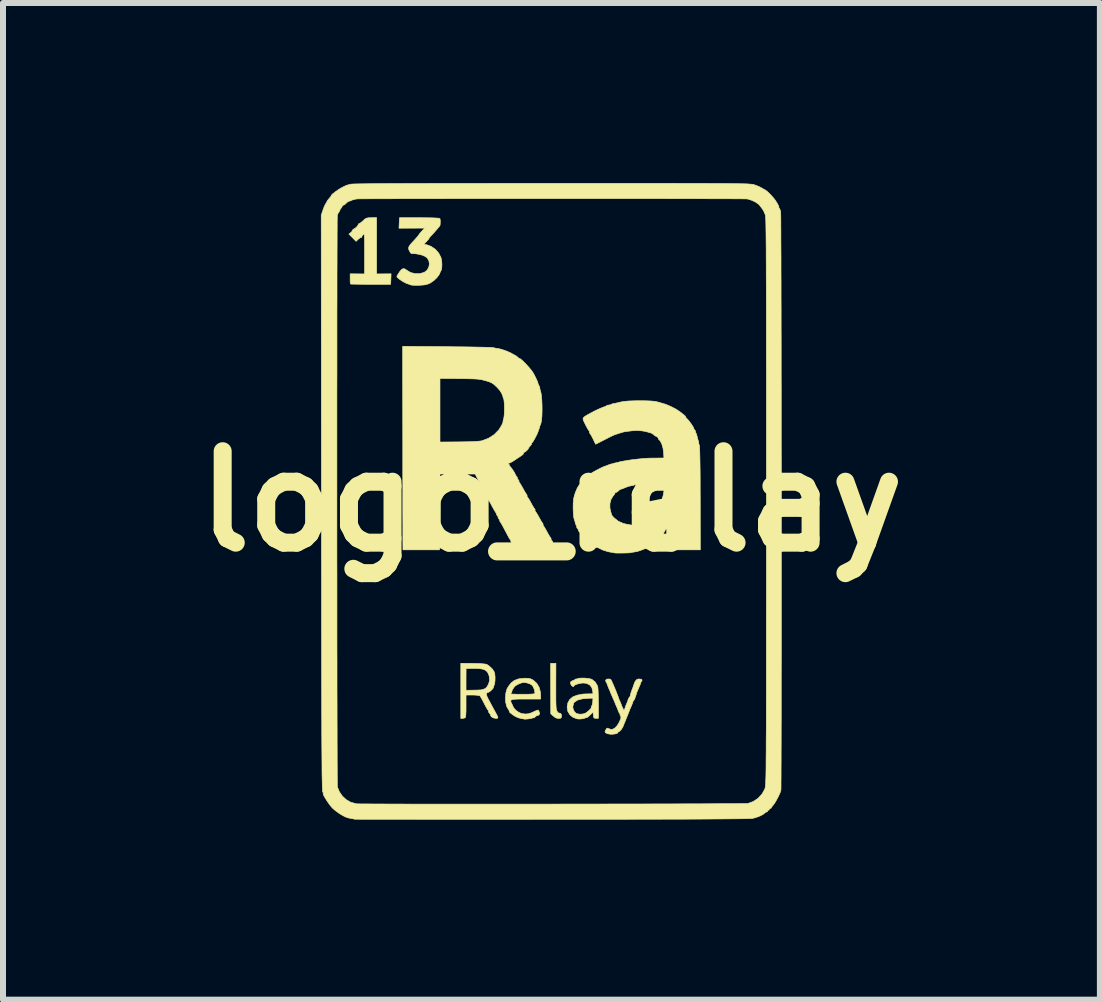
<source format=kicad_pcb>
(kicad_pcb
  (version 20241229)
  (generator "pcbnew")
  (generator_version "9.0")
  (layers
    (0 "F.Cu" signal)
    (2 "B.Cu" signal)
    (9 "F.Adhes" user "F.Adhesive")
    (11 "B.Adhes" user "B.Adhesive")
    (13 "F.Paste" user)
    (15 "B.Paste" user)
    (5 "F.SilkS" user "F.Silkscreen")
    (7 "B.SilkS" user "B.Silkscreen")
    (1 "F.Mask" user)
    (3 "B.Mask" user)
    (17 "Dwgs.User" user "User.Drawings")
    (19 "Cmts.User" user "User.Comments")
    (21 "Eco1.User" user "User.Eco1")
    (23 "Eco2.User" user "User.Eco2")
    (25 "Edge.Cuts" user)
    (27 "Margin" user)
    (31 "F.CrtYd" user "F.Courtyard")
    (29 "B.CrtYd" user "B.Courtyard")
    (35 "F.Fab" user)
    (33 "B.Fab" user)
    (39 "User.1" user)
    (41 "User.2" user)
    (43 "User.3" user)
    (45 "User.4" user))
  (footprint "logo_relay"
    (layer "F.Cu")
    (at 6.14 5.304)
    (property "Reference" "logo_relay" (at 0 0 0) (layer "F.SilkS") (effects (font (size 1.524 1.524) (thickness 0.3))))
    (attr through_hole)
    (fp_poly (pts (xy 0.073 3.085) (xy 0.073 3.2) (xy 0.073 3.291) (xy 0.074 3.361) (xy 0.076 3.412) (xy 0.079 3.449) (xy 0.083 3.473) (xy 0.088 3.488) (xy 0.091 3.493) (xy 0.102 3.511) (xy 0.099 3.517) (xy 0.102 3.521) (xy 0.124 3.527) (xy 0.127 3.528) (xy 0.156 3.538) (xy 0.166 3.559) (xy 0.167 3.576) (xy 0.163 3.605) (xy 0.147 3.616) (xy 0.134 3.617) (xy 0.099 3.616) (xy 0.08 3.612) (xy 0.057 3.599) (xy 0.028 3.576) (xy 0.024 3.573) (xy -0.012 3.539) (xy -0.013 3.12) (xy -0.014 2.7) (xy 0.074 2.7) (xy 0.073 3.085)) (stroke (width 0.01) (type solid)) (fill yes) (layer "F.SilkS"))
    (fp_poly (pts (xy -2.914 -3.789) (xy -2.793 -3.79) (xy -2.673 -3.791) (xy -2.676 -3.704) (xy -2.68 -3.616) (xy -3.012 -3.616) (xy -3.104 -3.616) (xy -3.186 -3.617) (xy -3.255 -3.618) (xy -3.308 -3.619) (xy -3.341 -3.62) (xy -3.35 -3.622) (xy -3.353 -3.637) (xy -3.355 -3.671) (xy -3.355 -3.709) (xy -3.355 -3.791) (xy -3.235 -3.79) (xy -3.115 -3.789) (xy -3.115 -4.129) (xy -3.115 -4.233) (xy -3.115 -4.313) (xy -3.116 -4.372) (xy -3.118 -4.413) (xy -3.12 -4.438) (xy -3.124 -4.45) (xy -3.129 -4.453) (xy -3.135 -4.448) (xy -3.14 -4.444) (xy -3.156 -4.422) (xy -3.159 -4.408) (xy -3.164 -4.399) (xy -3.17 -4.398) (xy -3.19 -4.39) (xy -3.218 -4.369) (xy -3.222 -4.365) (xy -3.256 -4.332) (xy -3.316 -4.393) (xy -3.376 -4.453) (xy -3.344 -4.479) (xy -3.325 -4.497) (xy -3.321 -4.505) (xy -3.322 -4.505) (xy -3.321 -4.513) (xy -3.311 -4.525) (xy -3.291 -4.541) (xy -3.282 -4.545) (xy -3.267 -4.554) (xy -3.245 -4.574) (xy -3.227 -4.597) (xy -3.217 -4.614) (xy -3.218 -4.617) (xy -3.216 -4.625) (xy -3.209 -4.625) (xy -3.19 -4.634) (xy -3.161 -4.657) (xy -3.14 -4.675) (xy -3.11 -4.703) (xy -3.084 -4.718) (xy -3.053 -4.724) (xy -3.006 -4.726) (xy -3.001 -4.726) (xy -2.914 -4.727) (xy -2.914 -3.789)) (stroke (width 0.01) (type solid)) (fill yes) (layer "F.SilkS"))
    (fp_poly (pts (xy -1.308 2.701) (xy -1.222 2.703) (xy -1.153 2.707) (xy -1.104 2.712) (xy -1.078 2.718) (xy -1.077 2.718) (xy -1.03 2.752) (xy -0.986 2.794) (xy -0.957 2.836) (xy -0.945 2.876) (xy -0.94 2.931) (xy -0.941 2.989) (xy -0.947 3.04) (xy -0.956 3.067) (xy -0.967 3.091) (xy -0.966 3.101) (xy -0.966 3.101) (xy -0.969 3.11) (xy -0.986 3.131) (xy -0.996 3.142) (xy -1.024 3.167) (xy -1.046 3.181) (xy -1.05 3.182) (xy -1.077 3.191) (xy -1.084 3.217) (xy -1.072 3.258) (xy -1.066 3.272) (xy -1.026 3.346) (xy -0.997 3.401) (xy -0.974 3.443) (xy -0.956 3.476) (xy -0.939 3.507) (xy -0.934 3.516) (xy -0.908 3.565) (xy -0.894 3.595) (xy -0.894 3.61) (xy -0.906 3.616) (xy -0.929 3.617) (xy -0.972 3.608) (xy -1.003 3.589) (xy -1.016 3.563) (xy -1.016 3.563) (xy -1.025 3.541) (xy -1.036 3.529) (xy -1.049 3.511) (xy -1.049 3.502) (xy -1.051 3.486) (xy -1.055 3.483) (xy -1.066 3.469) (xy -1.086 3.436) (xy -1.11 3.391) (xy -1.123 3.365) (xy -1.149 3.315) (xy -1.172 3.274) (xy -1.188 3.248) (xy -1.192 3.242) (xy -1.21 3.236) (xy -1.248 3.231) (xy -1.298 3.228) (xy -1.314 3.228) (xy -1.424 3.228) (xy -1.424 3.413) (xy -1.424 3.491) (xy -1.427 3.551) (xy -1.431 3.591) (xy -1.437 3.607) (xy -1.46 3.614) (xy -1.481 3.617) (xy -1.511 3.619) (xy -1.511 3.149) (xy -1.424 3.149) (xy -1.297 3.147) (xy -1.242 3.146) (xy -1.199 3.144) (xy -1.174 3.143) (xy -1.17 3.142) (xy -1.158 3.138) (xy -1.139 3.134) (xy -1.104 3.121) (xy -1.076 3.093) (xy -1.051 3.051) (xy -1.031 2.987) (xy -1.037 2.917) (xy -1.05 2.878) (xy -1.072 2.839) (xy -1.105 2.812) (xy -1.153 2.795) (xy -1.22 2.786) (xy -1.297 2.785) (xy -1.423 2.787) (xy -1.424 2.968) (xy -1.424 3.149) (xy -1.511 3.149) (xy -1.511 2.699) (xy -1.308 2.701)) (stroke (width 0.01) (type solid)) (fill yes) (layer "F.SilkS"))
    (fp_poly (pts (xy -2.091 -4.725) (xy -2 -4.724) (xy -1.93 -4.721) (xy -1.883 -4.718) (xy -1.861 -4.714) (xy -1.86 -4.713) (xy -1.854 -4.69) (xy -1.853 -4.65) (xy -1.856 -4.602) (xy -1.857 -4.599) (xy -1.866 -4.584) (xy -1.89 -4.555) (xy -1.924 -4.515) (xy -1.965 -4.469) (xy -2.009 -4.422) (xy -2.022 -4.409) (xy -2.037 -4.391) (xy -2.038 -4.385) (xy -2.042 -4.376) (xy -2.06 -4.354) (xy -2.078 -4.335) (xy -2.125 -4.285) (xy -2.079 -4.275) (xy -2.004 -4.247) (xy -1.935 -4.199) (xy -1.879 -4.136) (xy -1.843 -4.066) (xy -1.842 -4.064) (xy -1.831 -4.015) (xy -1.826 -3.959) (xy -1.827 -3.905) (xy -1.833 -3.863) (xy -1.839 -3.849) (xy -1.85 -3.829) (xy -1.852 -3.823) (xy -1.872 -3.777) (xy -1.91 -3.727) (xy -1.96 -3.679) (xy -2.015 -3.641) (xy -2.032 -3.632) (xy -2.073 -3.616) (xy -2.121 -3.606) (xy -2.183 -3.601) (xy -2.214 -3.6) (xy -2.269 -3.6) (xy -2.313 -3.601) (xy -2.34 -3.604) (xy -2.345 -3.606) (xy -2.365 -3.615) (xy -2.376 -3.618) (xy -2.408 -3.628) (xy -2.45 -3.648) (xy -2.493 -3.673) (xy -2.533 -3.701) (xy -2.563 -3.725) (xy -2.576 -3.744) (xy -2.577 -3.747) (xy -2.568 -3.766) (xy -2.548 -3.798) (xy -2.532 -3.823) (xy -2.499 -3.863) (xy -2.47 -3.878) (xy -2.439 -3.871) (xy -2.413 -3.852) (xy -2.349 -3.813) (xy -2.273 -3.794) (xy -2.195 -3.794) (xy -2.121 -3.815) (xy -2.12 -3.815) (xy -2.074 -3.85) (xy -2.045 -3.9) (xy -2.034 -3.956) (xy -2.044 -4.011) (xy -2.072 -4.057) (xy -2.109 -4.083) (xy -2.164 -4.105) (xy -2.228 -4.12) (xy -2.276 -4.126) (xy -2.312 -4.127) (xy -2.335 -4.129) (xy -2.337 -4.129) (xy -2.349 -4.141) (xy -2.366 -4.169) (xy -2.369 -4.175) (xy -2.38 -4.202) (xy -2.381 -4.226) (xy -2.371 -4.252) (xy -2.347 -4.285) (xy -2.306 -4.33) (xy -2.294 -4.342) (xy -2.259 -4.381) (xy -2.23 -4.414) (xy -2.215 -4.435) (xy -2.214 -4.436) (xy -2.198 -4.459) (xy -2.171 -4.491) (xy -2.158 -4.505) (xy -2.113 -4.553) (xy -2.327 -4.552) (xy -2.541 -4.551) (xy -2.537 -4.639) (xy -2.533 -4.726) (xy -2.201 -4.726) (xy -2.091 -4.725)) (stroke (width 0.01) (type solid)) (fill yes) (layer "F.SilkS"))
    (fp_poly (pts (xy 0.55 2.946) (xy 0.603 2.951) (xy 0.648 2.959) (xy 0.674 2.968) (xy 0.726 3.009) (xy 0.762 3.066) (xy 0.772 3.095) (xy 0.775 3.121) (xy 0.778 3.169) (xy 0.78 3.233) (xy 0.781 3.308) (xy 0.782 3.375) (xy 0.782 3.616) (xy 0.742 3.616) (xy 0.716 3.614) (xy 0.703 3.601) (xy 0.698 3.57) (xy 0.698 3.564) (xy 0.693 3.512) (xy 0.641 3.564) (xy 0.612 3.59) (xy 0.593 3.604) (xy 0.588 3.604) (xy 0.58 3.601) (xy 0.572 3.606) (xy 0.544 3.618) (xy 0.503 3.626) (xy 0.459 3.628) (xy 0.434 3.626) (xy 0.362 3.602) (xy 0.308 3.559) (xy 0.273 3.502) (xy 0.261 3.435) (xy 0.263 3.419) (xy 0.355 3.419) (xy 0.361 3.461) (xy 0.38 3.502) (xy 0.409 3.532) (xy 0.419 3.537) (xy 0.468 3.548) (xy 0.525 3.544) (xy 0.561 3.533) (xy 0.585 3.519) (xy 0.612 3.497) (xy 0.639 3.472) (xy 0.658 3.451) (xy 0.665 3.437) (xy 0.663 3.436) (xy 0.661 3.428) (xy 0.668 3.416) (xy 0.679 3.391) (xy 0.687 3.352) (xy 0.688 3.338) (xy 0.691 3.28) (xy 0.616 3.283) (xy 0.525 3.29) (xy 0.457 3.305) (xy 0.424 3.319) (xy 0.396 3.338) (xy 0.374 3.355) (xy 0.366 3.367) (xy 0.368 3.369) (xy 0.37 3.377) (xy 0.365 3.386) (xy 0.355 3.419) (xy 0.263 3.419) (xy 0.272 3.362) (xy 0.304 3.303) (xy 0.357 3.258) (xy 0.431 3.23) (xy 0.447 3.227) (xy 0.483 3.22) (xy 0.508 3.215) (xy 0.532 3.212) (xy 0.572 3.21) (xy 0.61 3.209) (xy 0.692 3.208) (xy 0.688 3.167) (xy 0.672 3.104) (xy 0.637 3.06) (xy 0.584 3.034) (xy 0.538 3.028) (xy 0.499 3.03) (xy 0.455 3.039) (xy 0.414 3.051) (xy 0.385 3.064) (xy 0.374 3.076) (xy 0.367 3.089) (xy 0.351 3.084) (xy 0.332 3.066) (xy 0.324 3.052) (xy 0.315 3.025) (xy 0.322 3.008) (xy 0.331 3.001) (xy 0.353 2.988) (xy 0.362 2.986) (xy 0.378 2.98) (xy 0.392 2.969) (xy 0.41 2.959) (xy 0.414 2.961) (xy 0.422 2.963) (xy 0.431 2.957) (xy 0.456 2.949) (xy 0.498 2.946) (xy 0.55 2.946)) (stroke (width 0.01) (type solid)) (fill yes) (layer "F.SilkS"))
    (fp_poly (pts (xy -0.392 2.95) (xy -0.352 2.957) (xy -0.318 2.972) (xy -0.301 2.983) (xy -0.245 3.034) (xy -0.205 3.102) (xy -0.184 3.181) (xy -0.181 3.222) (xy -0.18 3.295) (xy -0.427 3.295) (xy -0.519 3.295) (xy -0.587 3.297) (xy -0.634 3.3) (xy -0.663 3.307) (xy -0.677 3.318) (xy -0.679 3.333) (xy -0.671 3.355) (xy -0.661 3.375) (xy -0.647 3.403) (xy -0.641 3.419) (xy -0.623 3.451) (xy -0.589 3.486) (xy -0.546 3.516) (xy -0.502 3.535) (xy -0.495 3.537) (xy -0.433 3.545) (xy -0.38 3.54) (xy -0.324 3.521) (xy -0.3 3.509) (xy -0.261 3.491) (xy -0.232 3.48) (xy -0.222 3.478) (xy -0.213 3.492) (xy -0.203 3.511) (xy -0.198 3.542) (xy -0.213 3.564) (xy -0.235 3.569) (xy -0.256 3.579) (xy -0.267 3.589) (xy -0.285 3.605) (xy -0.292 3.607) (xy -0.311 3.61) (xy -0.321 3.613) (xy -0.344 3.619) (xy -0.38 3.625) (xy -0.417 3.629) (xy -0.446 3.63) (xy -0.457 3.629) (xy -0.472 3.625) (xy -0.501 3.62) (xy -0.541 3.611) (xy -0.584 3.594) (xy -0.588 3.592) (xy -0.619 3.575) (xy -0.652 3.552) (xy -0.681 3.53) (xy -0.7 3.512) (xy -0.704 3.503) (xy -0.702 3.503) (xy -0.701 3.494) (xy -0.711 3.479) (xy -0.745 3.422) (xy -0.763 3.348) (xy -0.767 3.282) (xy -0.761 3.204) (xy -0.677 3.204) (xy -0.676 3.21) (xy -0.661 3.212) (xy -0.625 3.213) (xy -0.571 3.215) (xy -0.505 3.215) (xy -0.472 3.215) (xy -0.394 3.215) (xy -0.339 3.213) (xy -0.304 3.21) (xy -0.284 3.206) (xy -0.276 3.199) (xy -0.275 3.195) (xy -0.285 3.137) (xy -0.307 3.087) (xy -0.325 3.064) (xy -0.364 3.04) (xy -0.417 3.024) (xy -0.471 3.019) (xy -0.5 3.026) (xy -0.54 3.041) (xy -0.579 3.061) (xy -0.606 3.079) (xy -0.608 3.081) (xy -0.627 3.103) (xy -0.645 3.131) (xy -0.658 3.155) (xy -0.661 3.168) (xy -0.66 3.168) (xy -0.66 3.176) (xy -0.667 3.186) (xy -0.677 3.204) (xy -0.761 3.204) (xy -0.76 3.192) (xy -0.739 3.121) (xy -0.706 3.069) (xy -0.689 3.048) (xy -0.672 3.027) (xy -0.62 2.986) (xy -0.548 2.959) (xy -0.461 2.949) (xy -0.448 2.948) (xy -0.392 2.95)) (stroke (width 0.01) (type solid)) (fill yes) (layer "F.SilkS"))
    (fp_poly (pts (xy 0.97 2.962) (xy 0.987 2.967) (xy 0.995 2.98) (xy 1.011 3.013) (xy 1.031 3.059) (xy 1.054 3.112) (xy 1.076 3.166) (xy 1.095 3.215) (xy 1.11 3.253) (xy 1.117 3.275) (xy 1.117 3.275) (xy 1.122 3.291) (xy 1.135 3.321) (xy 1.142 3.335) (xy 1.157 3.371) (xy 1.167 3.397) (xy 1.168 3.402) (xy 1.177 3.424) (xy 1.183 3.436) (xy 1.194 3.457) (xy 1.196 3.465) (xy 1.202 3.481) (xy 1.213 3.476) (xy 1.223 3.453) (xy 1.235 3.414) (xy 1.252 3.373) (xy 1.267 3.339) (xy 1.275 3.312) (xy 1.275 3.311) (xy 1.285 3.285) (xy 1.297 3.268) (xy 1.311 3.248) (xy 1.313 3.239) (xy 1.315 3.225) (xy 1.324 3.194) (xy 1.336 3.158) (xy 1.356 3.105) (xy 1.368 3.072) (xy 1.374 3.053) (xy 1.377 3.043) (xy 1.377 3.041) (xy 1.383 3.026) (xy 1.397 2.999) (xy 1.397 2.999) (xy 1.418 2.972) (xy 1.449 2.961) (xy 1.463 2.961) (xy 1.498 2.965) (xy 1.511 2.979) (xy 1.501 3) (xy 1.501 3) (xy 1.49 3.017) (xy 1.489 3.019) (xy 1.484 3.037) (xy 1.471 3.071) (xy 1.447 3.125) (xy 1.442 3.138) (xy 1.427 3.172) (xy 1.418 3.196) (xy 1.417 3.2) (xy 1.413 3.216) (xy 1.403 3.244) (xy 1.393 3.273) (xy 1.388 3.289) (xy 1.381 3.303) (xy 1.373 3.313) (xy 1.358 3.338) (xy 1.355 3.347) (xy 1.349 3.368) (xy 1.335 3.402) (xy 1.329 3.416) (xy 1.314 3.45) (xy 1.304 3.472) (xy 1.303 3.476) (xy 1.297 3.492) (xy 1.285 3.523) (xy 1.271 3.558) (xy 1.261 3.583) (xy 1.252 3.604) (xy 1.25 3.609) (xy 1.243 3.627) (xy 1.231 3.658) (xy 1.217 3.692) (xy 1.207 3.716) (xy 1.199 3.738) (xy 1.197 3.743) (xy 1.184 3.77) (xy 1.164 3.801) (xy 1.142 3.826) (xy 1.127 3.837) (xy 1.126 3.837) (xy 1.111 3.845) (xy 1.11 3.849) (xy 1.098 3.865) (xy 1.067 3.875) (xy 1.025 3.881) (xy 0.979 3.881) (xy 0.938 3.874) (xy 0.92 3.867) (xy 0.897 3.853) (xy 0.892 3.838) (xy 0.904 3.811) (xy 0.919 3.785) (xy 0.935 3.78) (xy 0.957 3.79) (xy 0.991 3.8) (xy 1.017 3.8) (xy 1.056 3.779) (xy 1.095 3.738) (xy 1.128 3.684) (xy 1.143 3.65) (xy 1.15 3.633) (xy 1.156 3.619) (xy 1.157 3.588) (xy 1.15 3.576) (xy 1.14 3.56) (xy 1.143 3.556) (xy 1.144 3.548) (xy 1.135 3.535) (xy 1.119 3.51) (xy 1.115 3.498) (xy 1.108 3.477) (xy 1.094 3.442) (xy 1.088 3.429) (xy 1.073 3.395) (xy 1.064 3.373) (xy 1.062 3.369) (xy 1.055 3.349) (xy 1.036 3.306) (xy 1.008 3.242) (xy 1.008 3.242) (xy 0.993 3.208) (xy 0.984 3.185) (xy 0.983 3.182) (xy 0.977 3.166) (xy 0.964 3.136) (xy 0.957 3.122) (xy 0.942 3.085) (xy 0.932 3.058) (xy 0.931 3.053) (xy 0.921 3.029) (xy 0.914 3.019) (xy 0.901 2.989) (xy 0.912 2.968) (xy 0.938 2.961) (xy 0.97 2.962)) (stroke (width 0.01) (type solid)) (fill yes) (layer "F.SilkS"))
    (fp_poly (pts (xy -1.745 -2.577) (xy -1.606 -2.575) (xy -1.475 -2.574) (xy -1.353 -2.572) (xy -1.244 -2.57) (xy -1.15 -2.568) (xy -1.074 -2.566) (xy -1.017 -2.564) (xy -0.984 -2.563) (xy -0.976 -2.562) (xy -0.939 -2.553) (xy -0.896 -2.546) (xy -0.896 -2.546) (xy -0.858 -2.539) (xy -0.83 -2.531) (xy -0.829 -2.531) (xy -0.8 -2.521) (xy -0.791 -2.519) (xy -0.765 -2.51) (xy -0.726 -2.494) (xy -0.686 -2.476) (xy -0.656 -2.46) (xy -0.655 -2.459) (xy -0.626 -2.443) (xy -0.608 -2.434) (xy -0.577 -2.415) (xy -0.563 -2.401) (xy -0.541 -2.383) (xy -0.529 -2.38) (xy -0.512 -2.37) (xy -0.483 -2.345) (xy -0.446 -2.309) (xy -0.406 -2.266) (xy -0.367 -2.222) (xy -0.334 -2.182) (xy -0.317 -2.159) (xy -0.297 -2.126) (xy -0.275 -2.084) (xy -0.254 -2.041) (xy -0.236 -2.002) (xy -0.226 -1.976) (xy -0.225 -1.968) (xy -0.222 -1.955) (xy -0.209 -1.929) (xy -0.207 -1.925) (xy -0.195 -1.898) (xy -0.193 -1.885) (xy -0.193 -1.885) (xy -0.194 -1.874) (xy -0.186 -1.848) (xy -0.186 -1.848) (xy -0.174 -1.803) (xy -0.165 -1.74) (xy -0.16 -1.665) (xy -0.157 -1.583) (xy -0.157 -1.501) (xy -0.159 -1.423) (xy -0.165 -1.356) (xy -0.174 -1.305) (xy -0.184 -1.278) (xy -0.195 -1.251) (xy -0.196 -1.246) (xy -0.203 -1.218) (xy -0.208 -1.205) (xy -0.218 -1.178) (xy -0.221 -1.169) (xy -0.23 -1.142) (xy -0.248 -1.104) (xy -0.27 -1.061) (xy -0.292 -1.021) (xy -0.311 -0.99) (xy -0.323 -0.976) (xy -0.324 -0.976) (xy -0.332 -0.97) (xy -0.33 -0.967) (xy -0.332 -0.952) (xy -0.349 -0.928) (xy -0.357 -0.92) (xy -0.377 -0.896) (xy -0.385 -0.883) (xy -0.384 -0.882) (xy -0.387 -0.874) (xy -0.404 -0.854) (xy -0.409 -0.849) (xy -0.435 -0.826) (xy -0.456 -0.816) (xy -0.457 -0.815) (xy -0.466 -0.81) (xy -0.464 -0.807) (xy -0.466 -0.792) (xy -0.49 -0.769) (xy -0.51 -0.755) (xy -0.533 -0.74) (xy -0.568 -0.717) (xy -0.59 -0.702) (xy -0.646 -0.665) (xy -0.684 -0.644) (xy -0.707 -0.636) (xy -0.714 -0.639) (xy -0.721 -0.636) (xy -0.722 -0.631) (xy -0.712 -0.616) (xy -0.708 -0.615) (xy -0.7 -0.607) (xy -0.702 -0.602) (xy -0.703 -0.589) (xy -0.699 -0.588) (xy -0.687 -0.578) (xy -0.666 -0.552) (xy -0.642 -0.518) (xy -0.62 -0.484) (xy -0.606 -0.457) (xy -0.602 -0.448) (xy -0.592 -0.428) (xy -0.579 -0.411) (xy -0.566 -0.393) (xy -0.568 -0.388) (xy -0.569 -0.379) (xy -0.555 -0.361) (xy -0.541 -0.342) (xy -0.541 -0.334) (xy -0.543 -0.326) (xy -0.533 -0.311) (xy -0.519 -0.291) (xy -0.501 -0.261) (xy -0.476 -0.217) (xy -0.449 -0.167) (xy -0.428 -0.134) (xy -0.416 -0.117) (xy -0.405 -0.099) (xy -0.408 -0.094) (xy -0.409 -0.085) (xy -0.4 -0.07) (xy -0.385 -0.05) (xy -0.367 -0.021) (xy -0.342 0.024) (xy -0.315 0.074) (xy -0.294 0.107) (xy -0.282 0.124) (xy -0.271 0.142) (xy -0.274 0.147) (xy -0.276 0.155) (xy -0.266 0.17) (xy -0.252 0.19) (xy -0.233 0.22) (xy -0.208 0.265) (xy -0.181 0.314) (xy -0.161 0.348) (xy -0.148 0.364) (xy -0.138 0.382) (xy -0.14 0.388) (xy -0.142 0.396) (xy -0.132 0.411) (xy -0.115 0.435) (xy -0.093 0.474) (xy -0.074 0.508) (xy -0.051 0.551) (xy -0.028 0.588) (xy -0.016 0.605) (xy -0.005 0.623) (xy -0.007 0.628) (xy -0.007 0.637) (xy 0.007 0.655) (xy 0.021 0.674) (xy 0.02 0.682) (xy 0.019 0.69) (xy 0.031 0.706) (xy 0.046 0.727) (xy 0.046 0.738) (xy 0.049 0.751) (xy 0.06 0.762) (xy 0.075 0.776) (xy 0.08 0.786) (xy 0.074 0.795) (xy 0.055 0.801) (xy 0.019 0.805) (xy -0.036 0.807) (xy -0.111 0.808) (xy -0.21 0.809) (xy -0.26 0.809) (xy -0.373 0.808) (xy -0.462 0.807) (xy -0.528 0.805) (xy -0.574 0.802) (xy -0.603 0.798) (xy -0.617 0.792) (xy -0.617 0.792) (xy -0.626 0.778) (xy -0.622 0.775) (xy -0.621 0.767) (xy -0.635 0.749) (xy -0.649 0.729) (xy -0.648 0.722) (xy -0.648 0.714) (xy -0.662 0.695) (xy -0.676 0.676) (xy -0.676 0.668) (xy -0.674 0.66) (xy -0.682 0.649) (xy -0.693 0.632) (xy -0.711 0.602) (xy -0.736 0.556) (xy -0.77 0.492) (xy -0.809 0.418) (xy -0.83 0.38) (xy -0.849 0.349) (xy -0.855 0.341) (xy -0.865 0.325) (xy -0.862 0.321) (xy -0.862 0.313) (xy -0.876 0.294) (xy -0.89 0.275) (xy -0.889 0.267) (xy -0.889 0.259) (xy -0.902 0.241) (xy -0.916 0.221) (xy -0.916 0.214) (xy -0.915 0.206) (xy -0.926 0.191) (xy -0.94 0.169) (xy -0.963 0.13) (xy -0.991 0.079) (xy -1.014 0.036) (xy -1.043 -0.019) (xy -1.068 -0.067) (xy -1.088 -0.101) (xy -1.097 -0.114) (xy -1.106 -0.13) (xy -1.102 -0.134) (xy -1.101 -0.142) (xy -1.111 -0.157) (xy -1.121 -0.171) (xy -1.132 -0.187) (xy -1.145 -0.21) (xy -1.164 -0.244) (xy -1.189 -0.293) (xy -1.216 -0.344) (xy -1.272 -0.455) (xy -1.858 -0.455) (xy -1.861 0.177) (xy -1.865 0.809) (xy -2.169 0.809) (xy -2.256 0.809) (xy -2.334 0.809) (xy -2.398 0.809) (xy -2.445 0.809) (xy -2.471 0.809) (xy -2.475 0.809) (xy -2.475 0.796) (xy -2.475 0.758) (xy -2.476 0.696) (xy -2.476 0.612) (xy -2.476 0.508) (xy -2.476 0.385) (xy -2.477 0.245) (xy -2.477 0.089) (xy -2.477 -0.081) (xy -2.477 -0.263) (xy -2.478 -0.456) (xy -2.478 -0.659) (xy -2.478 -0.869) (xy -2.478 -0.887) (xy -2.478 -0.988) (xy -1.858 -0.988) (xy -1.539 -0.99) (xy -1.428 -0.992) (xy -1.332 -0.994) (xy -1.254 -0.998) (xy -1.196 -1.003) (xy -1.162 -1.008) (xy -1.05 -1.05) (xy -0.955 -1.111) (xy -0.878 -1.19) (xy -0.834 -1.26) (xy -0.817 -1.295) (xy -0.808 -1.318) (xy -0.808 -1.323) (xy -0.808 -1.335) (xy -0.801 -1.362) (xy -0.797 -1.374) (xy -0.791 -1.406) (xy -0.786 -1.453) (xy -0.784 -1.509) (xy -0.784 -1.568) (xy -0.786 -1.625) (xy -0.79 -1.672) (xy -0.795 -1.706) (xy -0.802 -1.718) (xy -0.806 -1.729) (xy -0.81 -1.748) (xy -0.828 -1.796) (xy -0.863 -1.85) (xy -0.91 -1.903) (xy -0.961 -1.95) (xy -0.999 -1.975) (xy -1.026 -1.987) (xy -1.07 -2.002) (xy -1.122 -2.016) (xy -1.123 -2.017) (xy -1.158 -2.025) (xy -1.197 -2.032) (xy -1.242 -2.037) (xy -1.299 -2.04) (xy -1.37 -2.042) (xy -1.462 -2.044) (xy -1.538 -2.045) (xy -1.858 -2.047) (xy -1.858 -0.988) (xy -2.478 -0.988) (xy -2.48 -2.583) (xy -1.745 -2.577)) (stroke (width 0.01) (type solid)) (fill yes) (layer "F.SilkS"))
    (fp_poly (pts (xy 1.573 -1.675) (xy 1.648 -1.672) (xy 1.708 -1.667) (xy 1.759 -1.658) (xy 1.808 -1.645) (xy 1.816 -1.642) (xy 1.85 -1.632) (xy 1.875 -1.625) (xy 1.876 -1.625) (xy 1.907 -1.615) (xy 1.953 -1.596) (xy 2.005 -1.572) (xy 2.054 -1.547) (xy 2.079 -1.533) (xy 2.114 -1.51) (xy 2.153 -1.483) (xy 2.189 -1.454) (xy 2.219 -1.429) (xy 2.237 -1.411) (xy 2.238 -1.404) (xy 2.239 -1.396) (xy 2.255 -1.38) (xy 2.275 -1.359) (xy 2.3 -1.328) (xy 2.327 -1.292) (xy 2.35 -1.257) (xy 2.367 -1.23) (xy 2.372 -1.217) (xy 2.371 -1.217) (xy 2.372 -1.208) (xy 2.386 -1.19) (xy 2.4 -1.171) (xy 2.4 -1.163) (xy 2.398 -1.155) (xy 2.404 -1.146) (xy 2.416 -1.121) (xy 2.426 -1.086) (xy 2.436 -1.044) (xy 2.446 -1.01) (xy 2.454 -0.985) (xy 2.453 -0.976) (xy 2.453 -0.965) (xy 2.462 -0.94) (xy 2.462 -0.939) (xy 2.466 -0.921) (xy 2.469 -0.882) (xy 2.471 -0.822) (xy 2.473 -0.741) (xy 2.475 -0.637) (xy 2.477 -0.51) (xy 2.478 -0.358) (xy 2.478 -0.181) (xy 2.479 -0.047) (xy 2.48 0.809) (xy 1.917 0.809) (xy 1.919 0.625) (xy 1.921 0.44) (xy 1.895 0.484) (xy 1.877 0.514) (xy 1.868 0.533) (xy 1.868 0.535) (xy 1.859 0.549) (xy 1.835 0.576) (xy 1.802 0.61) (xy 1.766 0.645) (xy 1.732 0.677) (xy 1.705 0.7) (xy 1.69 0.709) (xy 1.669 0.718) (xy 1.657 0.729) (xy 1.637 0.745) (xy 1.602 0.766) (xy 1.561 0.787) (xy 1.525 0.804) (xy 1.507 0.81) (xy 1.491 0.815) (xy 1.473 0.822) (xy 1.471 0.822) (xy 1.455 0.828) (xy 1.454 0.828) (xy 1.437 0.834) (xy 1.403 0.841) (xy 1.362 0.847) (xy 1.357 0.848) (xy 1.329 0.853) (xy 1.317 0.856) (xy 1.317 0.856) (xy 1.305 0.858) (xy 1.273 0.86) (xy 1.228 0.861) (xy 1.177 0.862) (xy 1.127 0.862) (xy 1.085 0.862) (xy 1.058 0.861) (xy 1.052 0.86) (xy 1.037 0.856) (xy 1.006 0.85) (xy 0.995 0.849) (xy 0.956 0.842) (xy 0.926 0.834) (xy 0.922 0.833) (xy 0.891 0.823) (xy 0.88 0.82) (xy 0.854 0.811) (xy 0.818 0.794) (xy 0.811 0.79) (xy 0.78 0.775) (xy 0.761 0.769) (xy 0.759 0.77) (xy 0.746 0.766) (xy 0.736 0.756) (xy 0.714 0.739) (xy 0.702 0.735) (xy 0.682 0.726) (xy 0.662 0.709) (xy 0.638 0.688) (xy 0.622 0.682) (xy 0.605 0.673) (xy 0.578 0.649) (xy 0.551 0.622) (xy 0.523 0.59) (xy 0.507 0.569) (xy 0.504 0.561) (xy 0.502 0.553) (xy 0.484 0.532) (xy 0.475 0.521) (xy 0.454 0.497) (xy 0.446 0.483) (xy 0.447 0.481) (xy 0.448 0.473) (xy 0.434 0.455) (xy 0.42 0.435) (xy 0.421 0.428) (xy 0.423 0.42) (xy 0.417 0.411) (xy 0.404 0.385) (xy 0.396 0.357) (xy 0.389 0.327) (xy 0.383 0.311) (xy 0.374 0.283) (xy 0.367 0.235) (xy 0.363 0.173) (xy 0.361 0.113) (xy 0.974 0.113) (xy 0.99 0.182) (xy 0.999 0.21) (xy 1 0.223) (xy 1 0.223) (xy 1.006 0.233) (xy 1.026 0.257) (xy 1.043 0.275) (xy 1.114 0.332) (xy 1.2 0.37) (xy 1.259 0.383) (xy 1.295 0.388) (xy 1.318 0.394) (xy 1.321 0.395) (xy 1.336 0.396) (xy 1.341 0.394) (xy 1.364 0.389) (xy 1.4 0.383) (xy 1.409 0.381) (xy 1.47 0.365) (xy 1.54 0.336) (xy 1.607 0.298) (xy 1.659 0.259) (xy 1.692 0.224) (xy 1.731 0.175) (xy 1.768 0.121) (xy 1.798 0.071) (xy 1.807 0.053) (xy 1.84 -0.027) (xy 1.861 -0.096) (xy 1.873 -0.162) (xy 1.877 -0.234) (xy 1.878 -0.301) (xy 1.731 -0.299) (xy 1.659 -0.297) (xy 1.586 -0.294) (xy 1.516 -0.289) (xy 1.455 -0.284) (xy 1.407 -0.278) (xy 1.378 -0.272) (xy 1.37 -0.267) (xy 1.359 -0.264) (xy 1.331 -0.259) (xy 1.33 -0.259) (xy 1.294 -0.252) (xy 1.27 -0.245) (xy 1.249 -0.236) (xy 1.243 -0.234) (xy 1.227 -0.228) (xy 1.199 -0.216) (xy 1.169 -0.205) (xy 1.151 -0.201) (xy 1.135 -0.192) (xy 1.116 -0.174) (xy 1.091 -0.154) (xy 1.072 -0.147) (xy 1.058 -0.143) (xy 1.059 -0.14) (xy 1.056 -0.126) (xy 1.038 -0.101) (xy 1.028 -0.09) (xy 0.993 -0.033) (xy 0.974 0.037) (xy 0.974 0.113) (xy 0.361 0.113) (xy 0.361 0.106) (xy 0.362 0.038) (xy 0.366 -0.021) (xy 0.373 -0.06) (xy 0.386 -0.108) (xy 0.4 -0.152) (xy 0.413 -0.18) (xy 0.421 -0.198) (xy 0.421 -0.201) (xy 0.433 -0.228) (xy 0.46 -0.268) (xy 0.5 -0.315) (xy 0.546 -0.365) (xy 0.596 -0.412) (xy 0.643 -0.453) (xy 0.668 -0.471) (xy 0.7 -0.49) (xy 0.743 -0.514) (xy 0.791 -0.539) (xy 0.835 -0.561) (xy 0.87 -0.577) (xy 0.886 -0.583) (xy 0.902 -0.588) (xy 0.919 -0.594) (xy 0.939 -0.602) (xy 0.951 -0.607) (xy 0.985 -0.619) (xy 0.998 -0.622) (xy 1.019 -0.626) (xy 1.023 -0.628) (xy 1.033 -0.632) (xy 1.065 -0.64) (xy 1.096 -0.646) (xy 1.121 -0.652) (xy 1.13 -0.655) (xy 1.141 -0.659) (xy 1.156 -0.662) (xy 1.231 -0.675) (xy 1.29 -0.685) (xy 1.346 -0.693) (xy 1.408 -0.7) (xy 1.43 -0.703) (xy 1.5 -0.71) (xy 1.557 -0.715) (xy 1.609 -0.718) (xy 1.668 -0.72) (xy 1.736 -0.72) (xy 1.874 -0.722) (xy 1.868 -0.819) (xy 1.858 -0.889) (xy 1.839 -0.953) (xy 1.814 -1.004) (xy 1.786 -1.033) (xy 1.779 -1.041) (xy 1.782 -1.043) (xy 1.784 -1.049) (xy 1.772 -1.064) (xy 1.755 -1.078) (xy 1.743 -1.083) (xy 1.727 -1.091) (xy 1.705 -1.109) (xy 1.675 -1.131) (xy 1.651 -1.141) (xy 1.618 -1.149) (xy 1.604 -1.154) (xy 1.566 -1.164) (xy 1.513 -1.173) (xy 1.456 -1.179) (xy 1.424 -1.18) (xy 1.388 -1.179) (xy 1.341 -1.175) (xy 1.291 -1.169) (xy 1.243 -1.163) (xy 1.206 -1.157) (xy 1.185 -1.151) (xy 1.183 -1.15) (xy 1.172 -1.146) (xy 1.159 -1.143) (xy 1.124 -1.133) (xy 1.112 -1.129) (xy 1.08 -1.118) (xy 1.068 -1.115) (xy 1.048 -1.107) (xy 1.01 -1.09) (xy 0.959 -1.065) (xy 0.9 -1.035) (xy 0.891 -1.03) (xy 0.736 -0.951) (xy 0.695 -1.036) (xy 0.673 -1.08) (xy 0.654 -1.113) (xy 0.641 -1.13) (xy 0.641 -1.13) (xy 0.633 -1.145) (xy 0.635 -1.15) (xy 0.633 -1.166) (xy 0.63 -1.169) (xy 0.619 -1.183) (xy 0.599 -1.216) (xy 0.575 -1.26) (xy 0.567 -1.276) (xy 0.543 -1.325) (xy 0.529 -1.357) (xy 0.526 -1.377) (xy 0.531 -1.391) (xy 0.539 -1.401) (xy 0.561 -1.418) (xy 0.601 -1.442) (xy 0.653 -1.47) (xy 0.711 -1.501) (xy 0.769 -1.529) (xy 0.821 -1.552) (xy 0.861 -1.568) (xy 0.872 -1.572) (xy 0.902 -1.582) (xy 0.917 -1.592) (xy 0.934 -1.602) (xy 0.954 -1.604) (xy 0.982 -1.608) (xy 0.994 -1.614) (xy 1.015 -1.625) (xy 1.02 -1.626) (xy 1.077 -1.636) (xy 1.122 -1.647) (xy 1.133 -1.65) (xy 1.192 -1.662) (xy 1.276 -1.671) (xy 1.387 -1.675) (xy 1.477 -1.676) (xy 1.573 -1.675)) (stroke (width 0.01) (type solid)) (fill yes) (layer "F.SilkS"))
    (fp_poly (pts (xy 1.271 -5.299) (xy 1.524 -5.299) (xy 1.756 -5.299) (xy 1.967 -5.299) (xy 2.159 -5.298) (xy 2.331 -5.298) (xy 2.486 -5.298) (xy 2.624 -5.297) (xy 2.747 -5.297) (xy 2.855 -5.296) (xy 2.949 -5.295) (xy 3.031 -5.294) (xy 3.101 -5.293) (xy 3.16 -5.292) (xy 3.21 -5.291) (xy 3.251 -5.29) (xy 3.284 -5.288) (xy 3.311 -5.286) (xy 3.332 -5.284) (xy 3.349 -5.282) (xy 3.361 -5.28) (xy 3.372 -5.278) (xy 3.38 -5.275) (xy 3.382 -5.274) (xy 3.431 -5.256) (xy 3.476 -5.236) (xy 3.496 -5.225) (xy 3.532 -5.204) (xy 3.562 -5.189) (xy 3.563 -5.188) (xy 3.588 -5.17) (xy 3.624 -5.137) (xy 3.664 -5.096) (xy 3.702 -5.053) (xy 3.732 -5.014) (xy 3.737 -5.006) (xy 3.767 -4.957) (xy 3.785 -4.923) (xy 3.789 -4.907) (xy 3.788 -4.906) (xy 3.788 -4.898) (xy 3.794 -4.889) (xy 3.807 -4.865) (xy 3.819 -4.829) (xy 3.819 -4.825) (xy 3.82 -4.809) (xy 3.821 -4.767) (xy 3.822 -4.701) (xy 3.822 -4.611) (xy 3.823 -4.499) (xy 3.823 -4.367) (xy 3.824 -4.214) (xy 3.825 -4.043) (xy 3.825 -3.855) (xy 3.826 -3.65) (xy 3.826 -3.43) (xy 3.827 -3.196) (xy 3.827 -2.949) (xy 3.828 -2.691) (xy 3.828 -2.422) (xy 3.828 -2.143) (xy 3.829 -1.857) (xy 3.829 -1.563) (xy 3.829 -1.264) (xy 3.829 -0.959) (xy 3.83 -0.652) (xy 3.83 -0.342) (xy 3.83 -0.03) (xy 3.83 0.281) (xy 3.83 0.592) (xy 3.83 0.9) (xy 3.83 1.205) (xy 3.83 1.505) (xy 3.83 1.8) (xy 3.83 2.088) (xy 3.83 2.368) (xy 3.83 2.639) (xy 3.829 2.899) (xy 3.829 3.148) (xy 3.829 3.384) (xy 3.829 3.606) (xy 3.828 3.814) (xy 3.828 4.005) (xy 3.827 4.18) (xy 3.827 4.335) (xy 3.826 4.472) (xy 3.826 4.587) (xy 3.825 4.681) (xy 3.825 4.751) (xy 3.824 4.797) (xy 3.823 4.818) (xy 3.823 4.819) (xy 3.808 4.86) (xy 3.784 4.913) (xy 3.755 4.969) (xy 3.726 5.019) (xy 3.701 5.055) (xy 3.698 5.059) (xy 3.675 5.086) (xy 3.664 5.106) (xy 3.663 5.109) (xy 3.652 5.119) (xy 3.642 5.12) (xy 3.628 5.127) (xy 3.63 5.133) (xy 3.626 5.145) (xy 3.616 5.147) (xy 3.602 5.153) (xy 3.603 5.16) (xy 3.6 5.172) (xy 3.592 5.174) (xy 3.568 5.183) (xy 3.555 5.194) (xy 3.527 5.217) (xy 3.479 5.242) (xy 3.42 5.265) (xy 3.361 5.282) (xy 3.347 5.284) (xy 3.32 5.286) (xy 3.28 5.287) (xy 3.225 5.289) (xy 3.155 5.29) (xy 3.069 5.291) (xy 2.967 5.292) (xy 2.847 5.293) (xy 2.709 5.294) (xy 2.552 5.295) (xy 2.375 5.296) (xy 2.178 5.297) (xy 1.96 5.297) (xy 1.72 5.298) (xy 1.457 5.298) (xy 1.171 5.299) (xy 0.86 5.299) (xy 0.525 5.299) (xy 0.164 5.299) (xy 0.009 5.299) (xy -0.286 5.299) (xy -0.573 5.3) (xy -0.852 5.3) (xy -1.122 5.3) (xy -1.382 5.3) (xy -1.629 5.3) (xy -1.864 5.3) (xy -2.086 5.3) (xy -2.292 5.299) (xy -2.481 5.299) (xy -2.654 5.299) (xy -2.808 5.299) (xy -2.942 5.299) (xy -3.056 5.299) (xy -3.147 5.299) (xy -3.216 5.298) (xy -3.26 5.298) (xy -3.279 5.298) (xy -3.28 5.298) (xy -3.294 5.294) (xy -3.323 5.288) (xy -3.329 5.287) (xy -3.364 5.28) (xy -3.388 5.276) (xy -3.389 5.275) (xy -3.436 5.259) (xy -3.494 5.228) (xy -3.556 5.189) (xy -3.561 5.185) (xy -3.556 5.18) (xy -3.563 5.174) (xy -3.568 5.179) (xy -3.613 5.145) (xy -3.651 5.111) (xy -3.681 5.076) (xy -3.714 5.032) (xy -3.745 4.986) (xy -3.773 4.941) (xy -3.794 4.903) (xy -3.805 4.876) (xy -3.803 4.866) (xy -3.802 4.866) (xy -3.802 4.858) (xy -3.812 4.844) (xy -3.813 4.839) (xy -3.815 4.827) (xy -3.816 4.807) (xy -3.818 4.779) (xy -3.819 4.743) (xy -3.82 4.696) (xy -3.821 4.639) (xy -3.823 4.57) (xy -3.824 4.489) (xy -3.824 4.395) (xy -3.825 4.288) (xy -3.826 4.166) (xy -3.827 4.029) (xy -3.828 3.876) (xy -3.828 3.707) (xy -3.829 3.52) (xy -3.829 3.314) (xy -3.83 3.09) (xy -3.83 2.846) (xy -3.831 2.582) (xy -3.831 2.296) (xy -3.832 1.988) (xy -3.832 1.657) (xy -3.832 1.303) (xy -3.833 0.924) (xy -3.833 0.521) (xy -3.833 0.091) (xy -3.833 0.027) (xy -3.834 -0.612) (xy -3.576 -0.612) (xy -3.576 -0.304) (xy -3.576 0.006) (xy -3.576 0.315) (xy -3.576 0.624) (xy -3.576 0.93) (xy -3.575 1.232) (xy -3.575 1.53) (xy -3.575 1.822) (xy -3.575 2.107) (xy -3.575 2.384) (xy -3.574 2.651) (xy -3.574 2.908) (xy -3.574 3.153) (xy -3.573 3.385) (xy -3.573 3.604) (xy -3.572 3.807) (xy -3.572 3.994) (xy -3.571 4.163) (xy -3.571 4.314) (xy -3.57 4.445) (xy -3.57 4.554) (xy -3.569 4.642) (xy -3.569 4.707) (xy -3.568 4.746) (xy -3.567 4.761) (xy -3.535 4.84) (xy -3.485 4.912) (xy -3.42 4.972) (xy -3.348 5.014) (xy -3.287 5.031) (xy -3.263 5.037) (xy -3.257 5.041) (xy -3.243 5.041) (xy -3.203 5.042) (xy -3.14 5.043) (xy -3.054 5.043) (xy -2.947 5.044) (xy -2.821 5.044) (xy -2.676 5.045) (xy -2.514 5.045) (xy -2.336 5.046) (xy -2.145 5.046) (xy -1.941 5.046) (xy -1.725 5.046) (xy -1.499 5.046) (xy -1.265 5.046) (xy -1.024 5.046) (xy -0.777 5.046) (xy -0.525 5.046) (xy -0.271 5.046) (xy -0.015 5.046) (xy 0.241 5.045) (xy 0.495 5.045) (xy 0.747 5.045) (xy 0.995 5.044) (xy 1.238 5.044) (xy 1.473 5.044) (xy 1.701 5.043) (xy 1.918 5.043) (xy 2.125 5.042) (xy 2.319 5.041) (xy 2.5 5.041) (xy 2.665 5.04) (xy 2.813 5.039) (xy 2.943 5.039) (xy 3.054 5.038) (xy 3.144 5.037) (xy 3.212 5.036) (xy 3.256 5.036) (xy 3.275 5.035) (xy 3.275 5.035) (xy 3.363 5.003) (xy 3.443 4.949) (xy 3.508 4.879) (xy 3.554 4.797) (xy 3.555 4.795) (xy 3.557 4.788) (xy 3.559 4.781) (xy 3.561 4.772) (xy 3.563 4.761) (xy 3.565 4.747) (xy 3.567 4.728) (xy 3.568 4.705) (xy 3.57 4.676) (xy 3.571 4.641) (xy 3.573 4.598) (xy 3.574 4.547) (xy 3.575 4.486) (xy 3.576 4.416) (xy 3.576 4.335) (xy 3.577 4.243) (xy 3.578 4.138) (xy 3.578 4.02) (xy 3.579 3.888) (xy 3.58 3.742) (xy 3.58 3.579) (xy 3.58 3.4) (xy 3.581 3.203) (xy 3.581 2.989) (xy 3.581 2.755) (xy 3.581 2.501) (xy 3.581 2.227) (xy 3.581 1.931) (xy 3.582 1.613) (xy 3.582 1.271) (xy 3.582 0.906) (xy 3.582 0.516) (xy 3.582 0.1) (xy 3.582 -0.007) (xy 3.582 -0.435) (xy 3.582 -0.837) (xy 3.582 -1.214) (xy 3.582 -1.567) (xy 3.582 -1.896) (xy 3.582 -2.202) (xy 3.581 -2.486) (xy 3.581 -2.749) (xy 3.581 -2.992) (xy 3.581 -3.215) (xy 3.58 -3.419) (xy 3.58 -3.606) (xy 3.579 -3.774) (xy 3.579 -3.927) (xy 3.578 -4.064) (xy 3.578 -4.186) (xy 3.577 -4.294) (xy 3.576 -4.388) (xy 3.575 -4.47) (xy 3.574 -4.541) (xy 3.573 -4.6) (xy 3.572 -4.649) (xy 3.571 -4.689) (xy 3.569 -4.721) (xy 3.568 -4.744) (xy 3.566 -4.761) (xy 3.565 -4.772) (xy 3.563 -4.776) (xy 3.55 -4.803) (xy 3.545 -4.816) (xy 3.546 -4.816) (xy 3.54 -4.83) (xy 3.524 -4.857) (xy 3.501 -4.89) (xy 3.476 -4.923) (xy 3.456 -4.947) (xy 3.451 -4.951) (xy 3.401 -4.986) (xy 3.338 -5.016) (xy 3.276 -5.036) (xy 3.255 -5.039) (xy 3.237 -5.04) (xy 3.193 -5.04) (xy 3.125 -5.041) (xy 3.034 -5.041) (xy 2.923 -5.042) (xy 2.792 -5.042) (xy 2.643 -5.042) (xy 2.477 -5.043) (xy 2.296 -5.043) (xy 2.1 -5.043) (xy 1.893 -5.044) (xy 1.674 -5.044) (xy 1.445 -5.044) (xy 1.209 -5.044) (xy 0.965 -5.044) (xy 0.716 -5.044) (xy 0.463 -5.044) (xy 0.208 -5.044) (xy -0.048 -5.044) (xy -0.305 -5.044) (xy -0.559 -5.044) (xy -0.81 -5.044) (xy -1.057 -5.044) (xy -1.298 -5.044) (xy -1.531 -5.044) (xy -1.756 -5.044) (xy -1.97 -5.043) (xy -2.173 -5.043) (xy -2.362 -5.043) (xy -2.537 -5.043) (xy -2.696 -5.042) (xy -2.837 -5.042) (xy -2.96 -5.042) (xy -3.063 -5.041) (xy -3.143 -5.041) (xy -3.201 -5.04) (xy -3.234 -5.04) (xy -3.242 -5.039) (xy -3.286 -5.031) (xy -3.324 -5.019) (xy -3.329 -5.017) (xy -3.358 -5.004) (xy -3.377 -5) (xy -3.395 -4.991) (xy -3.42 -4.969) (xy -3.422 -4.966) (xy -3.449 -4.943) (xy -3.472 -4.933) (xy -3.474 -4.933) (xy -3.487 -4.929) (xy -3.486 -4.925) (xy -3.488 -4.911) (xy -3.504 -4.887) (xy -3.505 -4.886) (xy -3.522 -4.863) (xy -3.527 -4.849) (xy -3.527 -4.849) (xy -3.531 -4.836) (xy -3.542 -4.82) (xy -3.562 -4.787) (xy -3.569 -4.768) (xy -3.569 -4.752) (xy -3.57 -4.711) (xy -3.571 -4.645) (xy -3.571 -4.556) (xy -3.572 -4.444) (xy -3.572 -4.312) (xy -3.573 -4.16) (xy -3.573 -3.99) (xy -3.574 -3.802) (xy -3.574 -3.598) (xy -3.574 -3.379) (xy -3.575 -3.146) (xy -3.575 -2.9) (xy -3.575 -2.642) (xy -3.575 -2.374) (xy -3.575 -2.097) (xy -3.576 -1.812) (xy -3.576 -1.519) (xy -3.576 -1.221) (xy -3.576 -0.918) (xy -3.576 -0.612) (xy -3.834 -0.612) (xy -3.837 -4.767) (xy -3.808 -4.854) (xy -3.791 -4.901) (xy -3.774 -4.939) (xy -3.762 -4.96) (xy -3.747 -4.983) (xy -3.743 -4.993) (xy -3.734 -5.011) (xy -3.712 -5.038) (xy -3.702 -5.05) (xy -3.68 -5.076) (xy -3.67 -5.091) (xy -3.67 -5.093) (xy -3.669 -5.101) (xy -3.647 -5.122) (xy -3.604 -5.156) (xy -3.589 -5.167) (xy -3.54 -5.201) (xy -3.485 -5.233) (xy -3.433 -5.258) (xy -3.393 -5.273) (xy -3.389 -5.273) (xy -3.367 -5.278) (xy -3.362 -5.281) (xy -3.359 -5.283) (xy -3.348 -5.284) (xy -3.328 -5.286) (xy -3.299 -5.288) (xy -3.26 -5.289) (xy -3.21 -5.29) (xy -3.148 -5.291) (xy -3.073 -5.292) (xy -2.984 -5.293) (xy -2.881 -5.294) (xy -2.762 -5.295) (xy -2.626 -5.296) (xy -2.473 -5.296) (xy -2.302 -5.297) (xy -2.112 -5.297) (xy -1.901 -5.298) (xy -1.67 -5.298) (xy -1.417 -5.298) (xy -1.141 -5.298) (xy -0.842 -5.299) (xy -0.518 -5.299) (xy -0.168 -5.299) (xy 0.02 -5.299) (xy 0.37 -5.299) (xy 0.695 -5.299) (xy 0.995 -5.299) (xy 1.271 -5.299)) (stroke (width 0.01) (type solid)) (fill yes) (layer "F.SilkS")))
  (gr_rect
    (start -3 -3)
    (end 15.279 13.609)
    (stroke (width 0.1) (type default))
    (fill no)
    (layer "Edge.Cuts")))
</source>
